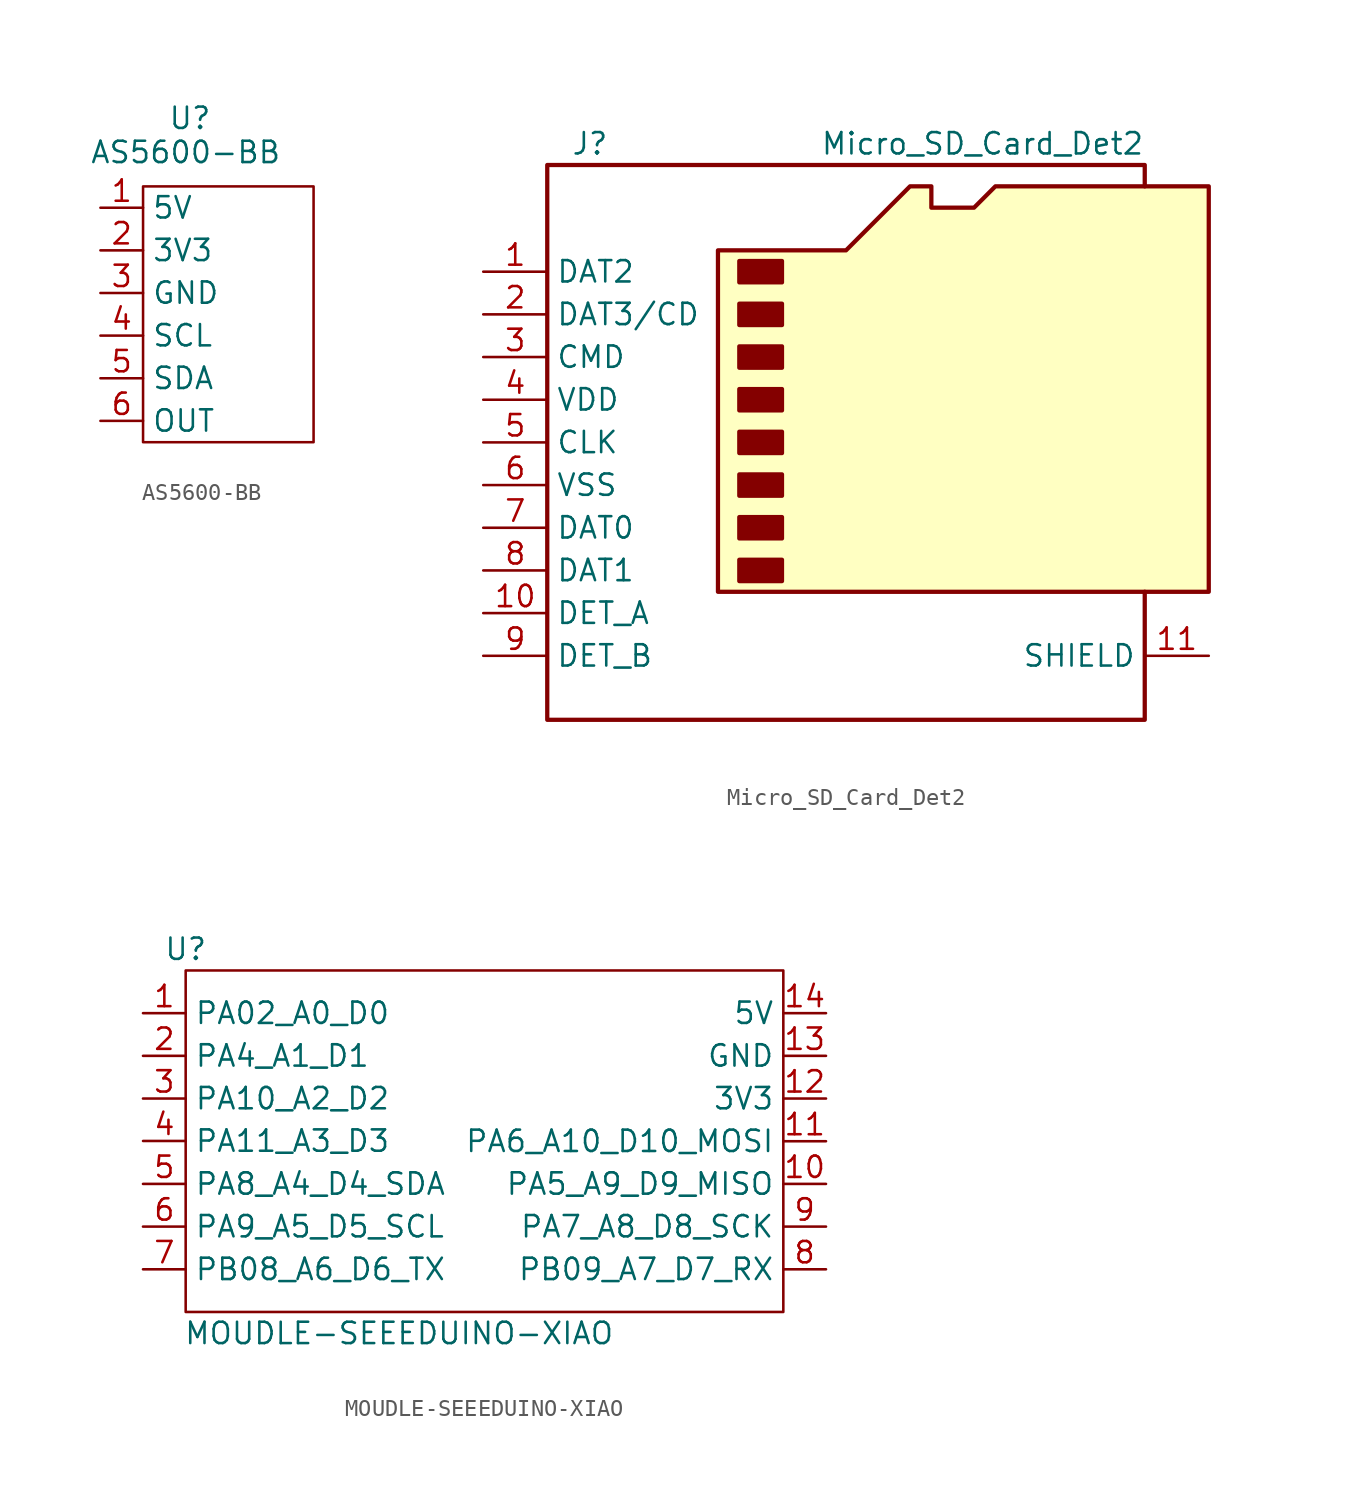
<source format=kicad_sym>
(kicad_symbol_lib
  (version 20231120)
  (generator "kicad_symbol_editor")
  (generator_version "8.0")
  (symbol "AS5600-BB"
    (property "Reference" "U"
      (at 0.254 11.684 0)
      (effects (font (size 1.27 1.27))))
    (property "Value" "AS5600-BB"
      (at 0 9.652 0)
      (effects (font (size 1.27 1.27))))
    (symbol "AS5600-BB_0_1"
      (rectangle (start -2.54 7.62) (end 7.62 -7.62) (stroke (width 0) (type default)) (fill (type none))))
    (symbol "AS5600-BB_1_1"
      (pin power_in line (at -5.08 6.35 0) (length 2.54) (name "5V" (effects (font (size 1.27 1.27)))) (number "1" (effects (font (size 1.27 1.27)))))
      (pin power_in line (at -5.08 3.81 0) (length 2.54) (name "3V3" (effects (font (size 1.27 1.27)))) (number "2" (effects (font (size 1.27 1.27)))))
      (pin power_in line (at -5.08 1.27 0) (length 2.54) (name "GND" (effects (font (size 1.27 1.27)))) (number "3" (effects (font (size 1.27 1.27)))))
      (pin bidirectional line (at -5.08 -1.27 0) (length 2.54) (name "SCL" (effects (font (size 1.27 1.27)))) (number "4" (effects (font (size 1.27 1.27)))))
      (pin bidirectional line (at -5.08 -3.81 0) (length 2.54) (name "SDA" (effects (font (size 1.27 1.27)))) (number "5" (effects (font (size 1.27 1.27)))))
      (pin bidirectional line (at -5.08 -6.35 0) (length 2.54) (name "OUT" (effects (font (size 1.27 1.27)))) (number "6" (effects (font (size 1.27 1.27)))))))
  (symbol "Micro_SD_Card_Det2"
    (property "Reference" "J"
      (at -16.51 17.78 0)
      (effects (font (size 1.27 1.27))))
    (property "Value" "Micro_SD_Card_Det2"
      (at 16.51 17.78 0)
      (effects (font (size 1.27 1.27)) (justify right)))
    (symbol "Micro_SD_Card_Det2_0_1"
      (rectangle (start -7.62 -6.985) (end -5.08 -8.255) (stroke (width 0.254) (type default)) (fill (type outline)))
      (rectangle (start -7.62 -4.445) (end -5.08 -5.715) (stroke (width 0.254) (type default)) (fill (type outline)))
      (rectangle (start -7.62 -1.905) (end -5.08 -3.175) (stroke (width 0.254) (type default)) (fill (type outline)))
      (rectangle (start -7.62 0.635) (end -5.08 -0.635) (stroke (width 0.254) (type default)) (fill (type outline)))
      (rectangle (start -7.62 3.175) (end -5.08 1.905) (stroke (width 0.254) (type default)) (fill (type outline)))
      (rectangle (start -7.62 5.715) (end -5.08 4.445) (stroke (width 0.254) (type default)) (fill (type outline)))
      (rectangle (start -7.62 8.255) (end -5.08 6.985) (stroke (width 0.254) (type default)) (fill (type outline)))
      (rectangle (start -7.62 10.795) (end -5.08 9.525) (stroke (width 0.254) (type default)) (fill (type outline)))
      (polyline (pts (xy 16.51 15.24) (xy 16.51 16.51) (xy -19.05 16.51) (xy -19.05 -16.51) (xy 16.51 -16.51) (xy 16.51 -8.89)) (stroke (width 0.254) (type default)) (fill (type none)))
      (polyline (pts (xy -8.89 -8.89) (xy -8.89 11.43) (xy -1.27 11.43) (xy 2.54 15.24) (xy 3.81 15.24) (xy 3.81 13.97) (xy 6.35 13.97) (xy 7.62 15.24) (xy 20.32 15.24) (xy 20.32 -8.89) (xy -8.89 -8.89)) (stroke (width 0.254) (type default)) (fill (type background))))
    (symbol "Micro_SD_Card_Det2_1_1"
      (pin bidirectional line (at -22.86 10.16 0) (length 3.81) (name "DAT2" (effects (font (size 1.27 1.27)))) (number "1" (effects (font (size 1.27 1.27)))))
      (pin passive line (at -22.86 -10.16 0) (length 3.81) (name "DET_A" (effects (font (size 1.27 1.27)))) (number "10" (effects (font (size 1.27 1.27)))))
      (pin passive line (at 20.32 -12.7 180) (length 3.81) (name "SHIELD" (effects (font (size 1.27 1.27)))) (number "11" (effects (font (size 1.27 1.27)))))
      (pin bidirectional line (at -22.86 7.62 0) (length 3.81) (name "DAT3/CD" (effects (font (size 1.27 1.27)))) (number "2" (effects (font (size 1.27 1.27)))))
      (pin input line (at -22.86 5.08 0) (length 3.81) (name "CMD" (effects (font (size 1.27 1.27)))) (number "3" (effects (font (size 1.27 1.27)))))
      (pin power_in line (at -22.86 2.54 0) (length 3.81) (name "VDD" (effects (font (size 1.27 1.27)))) (number "4" (effects (font (size 1.27 1.27)))))
      (pin input line (at -22.86 0 0) (length 3.81) (name "CLK" (effects (font (size 1.27 1.27)))) (number "5" (effects (font (size 1.27 1.27)))))
      (pin power_in line (at -22.86 -2.54 0) (length 3.81) (name "VSS" (effects (font (size 1.27 1.27)))) (number "6" (effects (font (size 1.27 1.27)))))
      (pin bidirectional line (at -22.86 -5.08 0) (length 3.81) (name "DAT0" (effects (font (size 1.27 1.27)))) (number "7" (effects (font (size 1.27 1.27)))))
      (pin bidirectional line (at -22.86 -7.62 0) (length 3.81) (name "DAT1" (effects (font (size 1.27 1.27)))) (number "8" (effects (font (size 1.27 1.27)))))
      (pin passive line (at -22.86 -12.7 0) (length 3.81) (name "DET_B" (effects (font (size 1.27 1.27)))) (number "9" (effects (font (size 1.27 1.27)))))))
  (symbol "MOUDLE-SEEEDUINO-XIAO"
    (property "Reference" "U"
      (at -16.51 11.43 0)
      (effects (font (size 1.27 1.27))))
    (property "Value" "MOUDLE-SEEEDUINO-XIAO"
      (at -3.81 -11.43 0)
      (effects (font (size 1.27 1.27))))
    (symbol "MOUDLE-SEEEDUINO-XIAO_0_1"
      (rectangle (start -16.51 10.16) (end 19.05 -10.16) (stroke (width 0) (type default)) (fill (type none))))
    (symbol "MOUDLE-SEEEDUINO-XIAO_1_1"
      (pin unspecified line (at -19.05 7.62 0) (length 2.54) (name "PA02_A0_D0" (effects (font (size 1.27 1.27)))) (number "1" (effects (font (size 1.27 1.27)))))
      (pin unspecified line (at 21.59 -2.54 180) (length 2.54) (name "PA5_A9_D9_MISO" (effects (font (size 1.27 1.27)))) (number "10" (effects (font (size 1.27 1.27)))))
      (pin unspecified line (at 21.59 0 180) (length 2.54) (name "PA6_A10_D10_MOSI" (effects (font (size 1.27 1.27)))) (number "11" (effects (font (size 1.27 1.27)))))
      (pin unspecified line (at 21.59 2.54 180) (length 2.54) (name "3V3" (effects (font (size 1.27 1.27)))) (number "12" (effects (font (size 1.27 1.27)))))
      (pin unspecified line (at 21.59 5.08 180) (length 2.54) (name "GND" (effects (font (size 1.27 1.27)))) (number "13" (effects (font (size 1.27 1.27)))))
      (pin unspecified line (at 21.59 7.62 180) (length 2.54) (name "5V" (effects (font (size 1.27 1.27)))) (number "14" (effects (font (size 1.27 1.27)))))
      (pin unspecified line (at -19.05 5.08 0) (length 2.54) (name "PA4_A1_D1" (effects (font (size 1.27 1.27)))) (number "2" (effects (font (size 1.27 1.27)))))
      (pin unspecified line (at -19.05 2.54 0) (length 2.54) (name "PA10_A2_D2" (effects (font (size 1.27 1.27)))) (number "3" (effects (font (size 1.27 1.27)))))
      (pin unspecified line (at -19.047 0.015 0) (length 2.54) (name "PA11_A3_D3" (effects (font (size 1.27 1.27)))) (number "4" (effects (font (size 1.27 1.27)))))
      (pin unspecified line (at -19.05 -2.54 0) (length 2.54) (name "PA8_A4_D4_SDA" (effects (font (size 1.27 1.27)))) (number "5" (effects (font (size 1.27 1.27)))))
      (pin unspecified line (at -19.05 -5.08 0) (length 2.54) (name "PA9_A5_D5_SCL" (effects (font (size 1.27 1.27)))) (number "6" (effects (font (size 1.27 1.27)))))
      (pin unspecified line (at -19.05 -7.62 0) (length 2.54) (name "PB08_A6_D6_TX" (effects (font (size 1.27 1.27)))) (number "7" (effects (font (size 1.27 1.27)))))
      (pin unspecified line (at 21.59 -7.62 180) (length 2.54) (name "PB09_A7_D7_RX" (effects (font (size 1.27 1.27)))) (number "8" (effects (font (size 1.27 1.27)))))
      (pin unspecified line (at 21.59 -5.08 180) (length 2.54) (name "PA7_A8_D8_SCK" (effects (font (size 1.27 1.27)))) (number "9" (effects (font (size 1.27 1.27))))))))
</source>
